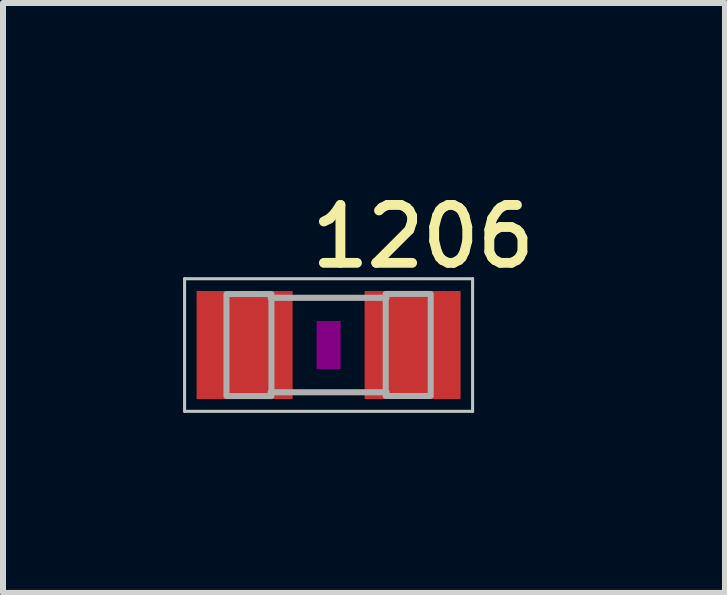
<source format=kicad_pcb>
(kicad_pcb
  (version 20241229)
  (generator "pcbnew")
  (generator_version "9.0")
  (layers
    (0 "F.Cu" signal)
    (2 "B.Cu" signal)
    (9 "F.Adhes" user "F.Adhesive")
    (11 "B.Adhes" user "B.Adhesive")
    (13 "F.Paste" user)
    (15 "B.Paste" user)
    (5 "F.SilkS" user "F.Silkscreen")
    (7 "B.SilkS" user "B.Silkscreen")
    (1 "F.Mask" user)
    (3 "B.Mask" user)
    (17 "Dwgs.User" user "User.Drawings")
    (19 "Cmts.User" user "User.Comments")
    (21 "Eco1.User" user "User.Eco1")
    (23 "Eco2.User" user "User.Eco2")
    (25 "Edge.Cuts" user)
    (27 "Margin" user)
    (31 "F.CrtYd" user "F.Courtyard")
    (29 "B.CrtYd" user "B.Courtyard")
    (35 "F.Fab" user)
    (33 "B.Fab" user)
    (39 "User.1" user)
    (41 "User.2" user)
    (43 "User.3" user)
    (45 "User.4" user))
  (footprint "1206"
    (layer "F.Cu")
    (at 2.426 2.7)
    (property "Reference" "1206" (at -0.37 -1.243 180) (layer "F.SilkS") (effects (font (size 0.965 0.965) (thickness 0.164)) (justify left bottom)))
    (attr through_hole)
    (fp_poly (pts (xy -0.2 0.4) (xy 0.2 0.4) (xy 0.2 -0.4) (xy -0.2 -0.4)) (stroke (width 0) (type solid)) (fill yes) (layer "F.Adhes"))
    (fp_line (start -2.4 -1.105) (end 2.4 -1.105) (stroke (width 0.051) (type solid)) (layer "Dwgs.User"))
    (fp_line (start -2.4 1.105) (end -2.4 -1.105) (stroke (width 0.051) (type solid)) (layer "Dwgs.User"))
    (fp_line (start 2.4 -1.105) (end 2.4 1.105) (stroke (width 0.051) (type solid)) (layer "Dwgs.User"))
    (fp_line (start 2.4 1.105) (end -2.4 1.105) (stroke (width 0.051) (type solid)) (layer "Dwgs.User"))
    (fp_line (start -0.965 -0.787) (end 0.965 -0.787) (stroke (width 0.102) (type solid)) (layer "F.Fab"))
    (fp_line (start -0.965 0.787) (end 0.965 0.787) (stroke (width 0.102) (type solid)) (layer "F.Fab"))
    (fp_poly (pts (xy -1.702 0.851) (xy -0.952 0.851) (xy -0.952 -0.849) (xy -1.702 -0.849)) (stroke (width 0.1) (type solid)) (fill no) (layer "F.Fab"))
    (fp_poly (pts (xy 0.952 0.849) (xy 1.702 0.849) (xy 1.702 -0.851) (xy 0.952 -0.851)) (stroke (width 0.1) (type solid)) (fill no) (layer "F.Fab"))
    (pad "1" smd rect (at -1.4 0) (size 1.6 1.8) (layers "F.Cu" "F.Mask" "F.Paste"))
    (pad "2" smd rect (at 1.4 0) (size 1.6 1.8) (layers "F.Cu" "F.Mask" "F.Paste")))
  (gr_rect
    (start -3 -3)
    (end 9.032 6.831)
    (stroke (width 0.1) (type default))
    (fill no)
    (layer "Edge.Cuts")))
</source>
